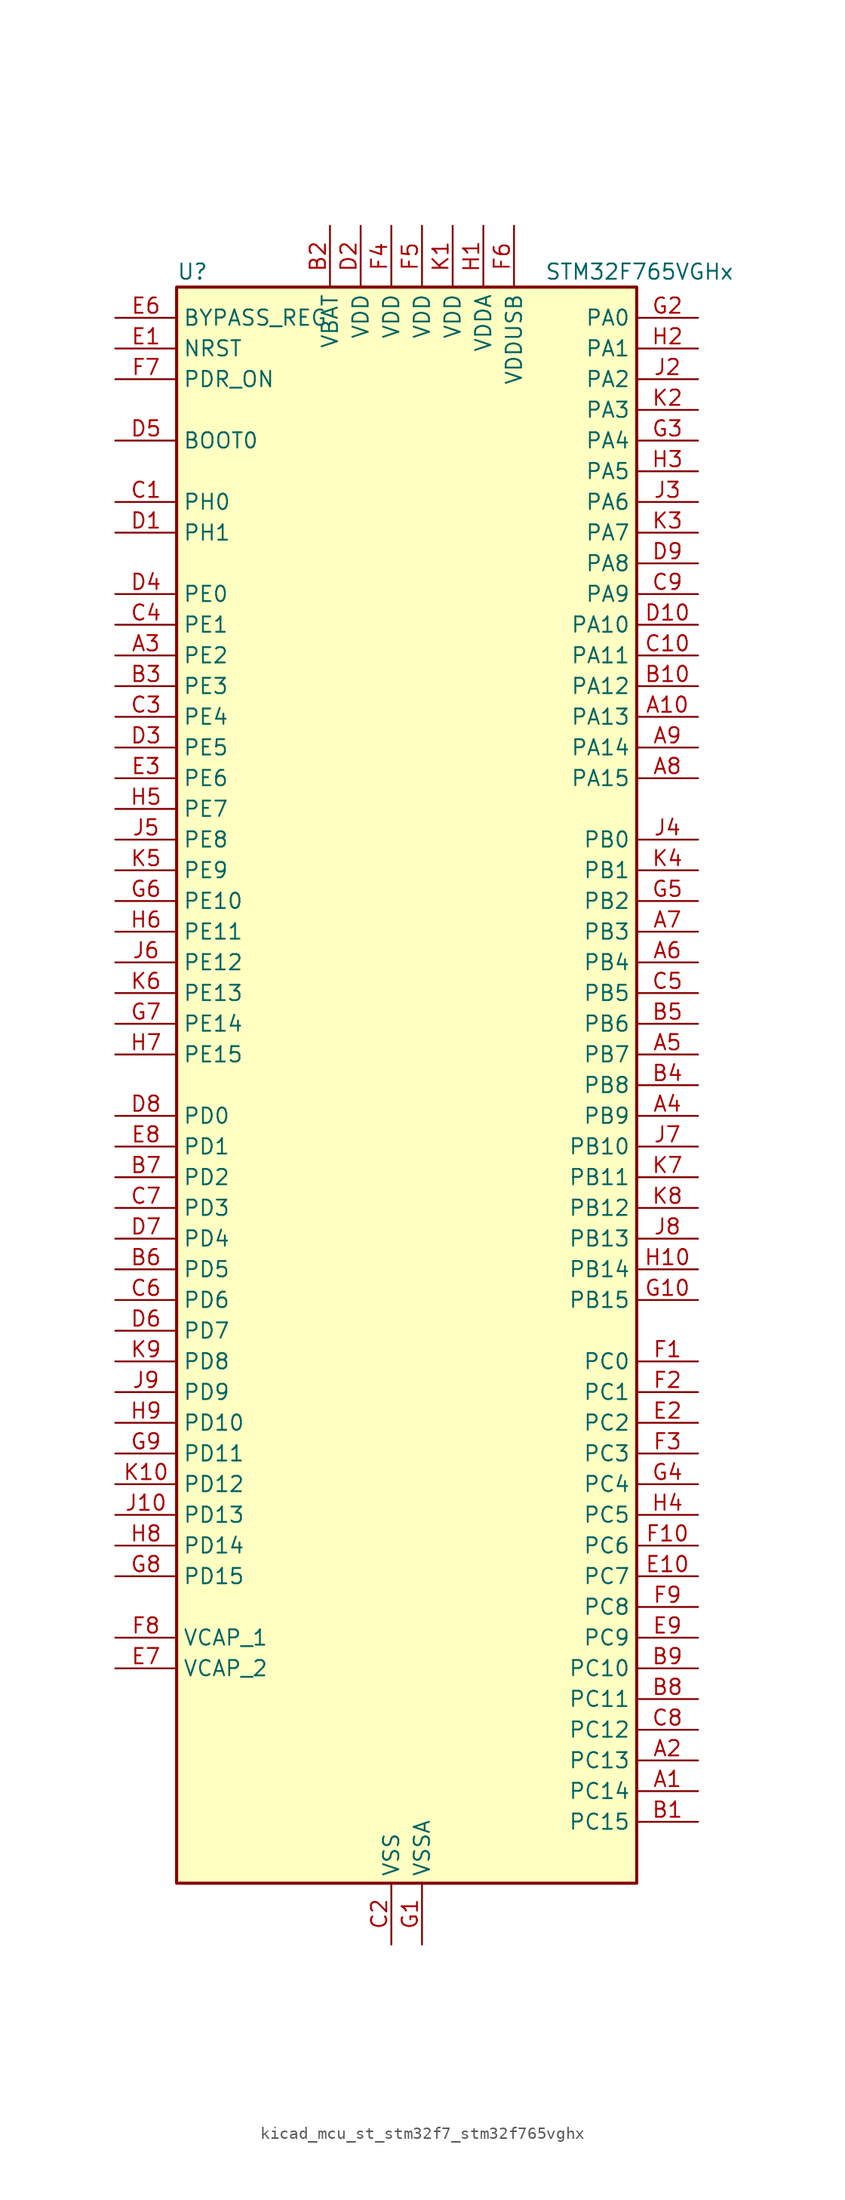
<source format=kicad_sym>
(kicad_symbol_lib
  (version 20220914)
  (generator kicad_symbol_editor)
  (symbol "kicad_mcu_st_stm32f7_stm32f765vghx"
    (property "Reference" "U"
      (at -17.78 67.31 0)
      (effects (font (size 1.27 1.27)) (justify left)))
    (property "Value" "STM32F765VGHx"
      (at 12.7 67.31 0)
      (effects (font (size 1.27 1.27)) (justify left)))
    (property "ki_locked" ""
      (at 0 0 0)
      (effects (font (size 1.27 1.27))))
    (symbol "kicad_mcu_st_stm32f7_stm32f765vghx_0_1"
      (rectangle (start -17.78 -66.04) (end 20.32 66.04) (stroke (width 0.254) (type default)) (fill (type background))))
    (symbol "kicad_mcu_st_stm32f7_stm32f765vghx_1_1"
      (pin bidirectional line (at 25.4 -58.42 180) (length 5.08) (name "PC14" (effects (font (size 1.27 1.27)))) (number "A1" (effects (font (size 1.27 1.27)))) (alternate "RCC_OSC32_IN" bidirectional line))
      (pin bidirectional line (at 25.4 30.48 180) (length 5.08) (name "PA13" (effects (font (size 1.27 1.27)))) (number "A10" (effects (font (size 1.27 1.27)))) (alternate "SYS_JTMS-SWDIO" bidirectional line))
      (pin bidirectional line (at 25.4 -55.88 180) (length 5.08) (name "PC13" (effects (font (size 1.27 1.27)))) (number "A2" (effects (font (size 1.27 1.27)))) (alternate "RTC_OUT" bidirectional line) (alternate "RTC_TAMP1" bidirectional line) (alternate "RTC_TS" bidirectional line) (alternate "SYS_WKUP4" bidirectional line))
      (pin bidirectional line (at -22.86 35.56 0) (length 5.08) (name "PE2" (effects (font (size 1.27 1.27)))) (number "A3" (effects (font (size 1.27 1.27)))) (alternate "ETH_TXD3" bidirectional line) (alternate "FMC_A23" bidirectional line) (alternate "QUADSPI_BK1_IO2" bidirectional line) (alternate "SAI1_MCLK_A" bidirectional line) (alternate "SPI4_SCK" bidirectional line) (alternate "SYS_TRACECLK" bidirectional line))
      (pin bidirectional line (at 25.4 -2.54 180) (length 5.08) (name "PB9" (effects (font (size 1.27 1.27)))) (number "A4" (effects (font (size 1.27 1.27)))) (alternate "CAN1_TX" bidirectional line) (alternate "DAC_EXTI9" bidirectional line) (alternate "DCMI_D7" bidirectional line) (alternate "DFSDM1_DATIN7" bidirectional line) (alternate "I2C1_SDA" bidirectional line) (alternate "I2C4_SDA" bidirectional line) (alternate "I2C4_SMBA" bidirectional line) (alternate "I2S2_WS" bidirectional line) (alternate "SDMMC1_D5" bidirectional line) (alternate "SDMMC2_D5" bidirectional line) (alternate "SPI2_NSS" bidirectional line) (alternate "TIM11_CH1" bidirectional line) (alternate "TIM4_CH4" bidirectional line) (alternate "UART5_TX" bidirectional line))
      (pin bidirectional line (at 25.4 2.54 180) (length 5.08) (name "PB7" (effects (font (size 1.27 1.27)))) (number "A5" (effects (font (size 1.27 1.27)))) (alternate "DCMI_VSYNC" bidirectional line) (alternate "DFSDM1_CKIN5" bidirectional line) (alternate "FMC_NL" bidirectional line) (alternate "I2C1_SDA" bidirectional line) (alternate "I2C4_SDA" bidirectional line) (alternate "TIM4_CH2" bidirectional line) (alternate "USART1_RX" bidirectional line))
      (pin bidirectional line (at 25.4 10.16 180) (length 5.08) (name "PB4" (effects (font (size 1.27 1.27)))) (number "A6" (effects (font (size 1.27 1.27)))) (alternate "CAN3_TX" bidirectional line) (alternate "I2S2_WS" bidirectional line) (alternate "SDMMC2_D3" bidirectional line) (alternate "SPI1_MISO" bidirectional line) (alternate "SPI2_NSS" bidirectional line) (alternate "SPI3_MISO" bidirectional line) (alternate "SPI6_MISO" bidirectional line) (alternate "SYS_JTRST" bidirectional line) (alternate "TIM3_CH1" bidirectional line) (alternate "UART7_TX" bidirectional line))
      (pin bidirectional line (at 25.4 12.7 180) (length 5.08) (name "PB3" (effects (font (size 1.27 1.27)))) (number "A7" (effects (font (size 1.27 1.27)))) (alternate "CAN3_RX" bidirectional line) (alternate "I2S1_CK" bidirectional line) (alternate "I2S3_CK" bidirectional line) (alternate "SDMMC2_D2" bidirectional line) (alternate "SPI1_SCK" bidirectional line) (alternate "SPI3_SCK" bidirectional line) (alternate "SPI6_SCK" bidirectional line) (alternate "SYS_JTDO-SWO" bidirectional line) (alternate "TIM2_CH2" bidirectional line) (alternate "UART7_RX" bidirectional line))
      (pin bidirectional line (at 25.4 25.4 180) (length 5.08) (name "PA15" (effects (font (size 1.27 1.27)))) (number "A8" (effects (font (size 1.27 1.27)))) (alternate "CAN3_TX" bidirectional line) (alternate "CEC" bidirectional line) (alternate "I2S1_WS" bidirectional line) (alternate "I2S3_WS" bidirectional line) (alternate "SPI1_NSS" bidirectional line) (alternate "SPI3_NSS" bidirectional line) (alternate "SPI6_NSS" bidirectional line) (alternate "SYS_JTDI" bidirectional line) (alternate "TIM2_CH1" bidirectional line) (alternate "TIM2_ETR" bidirectional line) (alternate "UART4_DE" bidirectional line) (alternate "UART4_RTS" bidirectional line) (alternate "UART7_TX" bidirectional line))
      (pin bidirectional line (at 25.4 27.94 180) (length 5.08) (name "PA14" (effects (font (size 1.27 1.27)))) (number "A9" (effects (font (size 1.27 1.27)))) (alternate "SYS_JTCK-SWCLK" bidirectional line))
      (pin bidirectional line (at 25.4 -60.96 180) (length 5.08) (name "PC15" (effects (font (size 1.27 1.27)))) (number "B1" (effects (font (size 1.27 1.27)))) (alternate "RCC_OSC32_OUT" bidirectional line))
      (pin bidirectional line (at 25.4 33.02 180) (length 5.08) (name "PA12" (effects (font (size 1.27 1.27)))) (number "B10" (effects (font (size 1.27 1.27)))) (alternate "CAN1_TX" bidirectional line) (alternate "I2S2_CK" bidirectional line) (alternate "SAI2_FS_B" bidirectional line) (alternate "SPI2_SCK" bidirectional line) (alternate "TIM1_ETR" bidirectional line) (alternate "UART4_TX" bidirectional line) (alternate "USART1_DE" bidirectional line) (alternate "USART1_RTS" bidirectional line) (alternate "USB_OTG_FS_DP" bidirectional line))
      (pin power_in line (at -5.08 71.12 270) (length 5.08) (name "VBAT" (effects (font (size 1.27 1.27)))) (number "B2" (effects (font (size 1.27 1.27)))))
      (pin bidirectional line (at -22.86 33.02 0) (length 5.08) (name "PE3" (effects (font (size 1.27 1.27)))) (number "B3" (effects (font (size 1.27 1.27)))) (alternate "FMC_A19" bidirectional line) (alternate "SAI1_SD_B" bidirectional line) (alternate "SYS_TRACED0" bidirectional line))
      (pin bidirectional line (at 25.4 0 180) (length 5.08) (name "PB8" (effects (font (size 1.27 1.27)))) (number "B4" (effects (font (size 1.27 1.27)))) (alternate "CAN1_RX" bidirectional line) (alternate "DCMI_D6" bidirectional line) (alternate "DFSDM1_CKIN7" bidirectional line) (alternate "ETH_TXD3" bidirectional line) (alternate "I2C1_SCL" bidirectional line) (alternate "I2C4_SCL" bidirectional line) (alternate "SDMMC1_D4" bidirectional line) (alternate "SDMMC2_D4" bidirectional line) (alternate "TIM10_CH1" bidirectional line) (alternate "TIM4_CH3" bidirectional line) (alternate "UART5_RX" bidirectional line))
      (pin bidirectional line (at 25.4 5.08 180) (length 5.08) (name "PB6" (effects (font (size 1.27 1.27)))) (number "B5" (effects (font (size 1.27 1.27)))) (alternate "CAN2_TX" bidirectional line) (alternate "CEC" bidirectional line) (alternate "DCMI_D5" bidirectional line) (alternate "DFSDM1_DATIN5" bidirectional line) (alternate "FMC_SDNE1" bidirectional line) (alternate "I2C1_SCL" bidirectional line) (alternate "I2C4_SCL" bidirectional line) (alternate "QUADSPI_BK1_NCS" bidirectional line) (alternate "TIM4_CH1" bidirectional line) (alternate "UART5_TX" bidirectional line) (alternate "USART1_TX" bidirectional line))
      (pin bidirectional line (at -22.86 -15.24 0) (length 5.08) (name "PD5" (effects (font (size 1.27 1.27)))) (number "B6" (effects (font (size 1.27 1.27)))) (alternate "FMC_NWE" bidirectional line) (alternate "USART2_TX" bidirectional line))
      (pin bidirectional line (at -22.86 -7.62 0) (length 5.08) (name "PD2" (effects (font (size 1.27 1.27)))) (number "B7" (effects (font (size 1.27 1.27)))) (alternate "DCMI_D11" bidirectional line) (alternate "SDMMC1_CMD" bidirectional line) (alternate "SYS_TRACED2" bidirectional line) (alternate "TIM3_ETR" bidirectional line) (alternate "UART5_RX" bidirectional line))
      (pin bidirectional line (at 25.4 -50.8 180) (length 5.08) (name "PC11" (effects (font (size 1.27 1.27)))) (number "B8" (effects (font (size 1.27 1.27)))) (alternate "ADC1_EXTI11" bidirectional line) (alternate "ADC2_EXTI11" bidirectional line) (alternate "ADC3_EXTI11" bidirectional line) (alternate "DCMI_D4" bidirectional line) (alternate "DFSDM1_DATIN5" bidirectional line) (alternate "QUADSPI_BK2_NCS" bidirectional line) (alternate "SDMMC1_D3" bidirectional line) (alternate "SPI3_MISO" bidirectional line) (alternate "UART4_RX" bidirectional line) (alternate "USART3_RX" bidirectional line))
      (pin bidirectional line (at 25.4 -48.26 180) (length 5.08) (name "PC10" (effects (font (size 1.27 1.27)))) (number "B9" (effects (font (size 1.27 1.27)))) (alternate "DCMI_D8" bidirectional line) (alternate "DFSDM1_CKIN5" bidirectional line) (alternate "I2S3_CK" bidirectional line) (alternate "QUADSPI_BK1_IO1" bidirectional line) (alternate "SDMMC1_D2" bidirectional line) (alternate "SPI3_SCK" bidirectional line) (alternate "UART4_TX" bidirectional line) (alternate "USART3_TX" bidirectional line))
      (pin bidirectional line (at -22.86 48.26 0) (length 5.08) (name "PH0" (effects (font (size 1.27 1.27)))) (number "C1" (effects (font (size 1.27 1.27)))) (alternate "RCC_OSC_IN" bidirectional line))
      (pin bidirectional line (at 25.4 35.56 180) (length 5.08) (name "PA11" (effects (font (size 1.27 1.27)))) (number "C10" (effects (font (size 1.27 1.27)))) (alternate "ADC1_EXTI11" bidirectional line) (alternate "ADC2_EXTI11" bidirectional line) (alternate "ADC3_EXTI11" bidirectional line) (alternate "CAN1_RX" bidirectional line) (alternate "I2S2_WS" bidirectional line) (alternate "SPI2_NSS" bidirectional line) (alternate "TIM1_CH4" bidirectional line) (alternate "UART4_RX" bidirectional line) (alternate "USART1_CTS" bidirectional line) (alternate "USB_OTG_FS_DM" bidirectional line))
      (pin power_in line (at 0 -71.12 90) (length 5.08) (name "VSS" (effects (font (size 1.27 1.27)))) (number "C2" (effects (font (size 1.27 1.27)))))
      (pin bidirectional line (at -22.86 30.48 0) (length 5.08) (name "PE4" (effects (font (size 1.27 1.27)))) (number "C3" (effects (font (size 1.27 1.27)))) (alternate "DCMI_D4" bidirectional line) (alternate "DFSDM1_DATIN3" bidirectional line) (alternate "FMC_A20" bidirectional line) (alternate "SAI1_FS_A" bidirectional line) (alternate "SPI4_NSS" bidirectional line) (alternate "SYS_TRACED1" bidirectional line))
      (pin bidirectional line (at -22.86 38.1 0) (length 5.08) (name "PE1" (effects (font (size 1.27 1.27)))) (number "C4" (effects (font (size 1.27 1.27)))) (alternate "DCMI_D3" bidirectional line) (alternate "FMC_NBL1" bidirectional line) (alternate "LPTIM1_IN2" bidirectional line) (alternate "UART8_TX" bidirectional line))
      (pin bidirectional line (at 25.4 7.62 180) (length 5.08) (name "PB5" (effects (font (size 1.27 1.27)))) (number "C5" (effects (font (size 1.27 1.27)))) (alternate "CAN2_RX" bidirectional line) (alternate "DCMI_D10" bidirectional line) (alternate "ETH_PPS_OUT" bidirectional line) (alternate "FMC_SDCKE1" bidirectional line) (alternate "I2C1_SMBA" bidirectional line) (alternate "I2S1_SD" bidirectional line) (alternate "I2S3_SD" bidirectional line) (alternate "SPI1_MOSI" bidirectional line) (alternate "SPI3_MOSI" bidirectional line) (alternate "SPI6_MOSI" bidirectional line) (alternate "TIM3_CH2" bidirectional line) (alternate "UART5_RX" bidirectional line) (alternate "USB_OTG_HS_ULPI_D7" bidirectional line))
      (pin bidirectional line (at -22.86 -17.78 0) (length 5.08) (name "PD6" (effects (font (size 1.27 1.27)))) (number "C6" (effects (font (size 1.27 1.27)))) (alternate "DCMI_D10" bidirectional line) (alternate "DFSDM1_CKIN4" bidirectional line) (alternate "DFSDM1_DATIN1" bidirectional line) (alternate "FMC_NWAIT" bidirectional line) (alternate "I2S3_SD" bidirectional line) (alternate "SAI1_SD_A" bidirectional line) (alternate "SDMMC2_CK" bidirectional line) (alternate "SPI3_MOSI" bidirectional line) (alternate "USART2_RX" bidirectional line))
      (pin bidirectional line (at -22.86 -10.16 0) (length 5.08) (name "PD3" (effects (font (size 1.27 1.27)))) (number "C7" (effects (font (size 1.27 1.27)))) (alternate "DCMI_D5" bidirectional line) (alternate "DFSDM1_CKOUT" bidirectional line) (alternate "DFSDM1_DATIN0" bidirectional line) (alternate "FMC_CLK" bidirectional line) (alternate "I2S2_CK" bidirectional line) (alternate "SPI2_SCK" bidirectional line) (alternate "USART2_CTS" bidirectional line))
      (pin bidirectional line (at 25.4 -53.34 180) (length 5.08) (name "PC12" (effects (font (size 1.27 1.27)))) (number "C8" (effects (font (size 1.27 1.27)))) (alternate "DCMI_D9" bidirectional line) (alternate "I2S3_SD" bidirectional line) (alternate "SDMMC1_CK" bidirectional line) (alternate "SPI3_MOSI" bidirectional line) (alternate "SYS_TRACED3" bidirectional line) (alternate "UART5_TX" bidirectional line) (alternate "USART3_CK" bidirectional line))
      (pin bidirectional line (at 25.4 40.64 180) (length 5.08) (name "PA9" (effects (font (size 1.27 1.27)))) (number "C9" (effects (font (size 1.27 1.27)))) (alternate "DAC_EXTI9" bidirectional line) (alternate "DCMI_D0" bidirectional line) (alternate "I2C3_SMBA" bidirectional line) (alternate "I2S2_CK" bidirectional line) (alternate "SPI2_SCK" bidirectional line) (alternate "TIM1_CH2" bidirectional line) (alternate "USART1_TX" bidirectional line) (alternate "USB_OTG_FS_VBUS" bidirectional line))
      (pin bidirectional line (at -22.86 45.72 0) (length 5.08) (name "PH1" (effects (font (size 1.27 1.27)))) (number "D1" (effects (font (size 1.27 1.27)))) (alternate "RCC_OSC_OUT" bidirectional line))
      (pin bidirectional line (at 25.4 38.1 180) (length 5.08) (name "PA10" (effects (font (size 1.27 1.27)))) (number "D10" (effects (font (size 1.27 1.27)))) (alternate "DCMI_D1" bidirectional line) (alternate "MDIOS_MDIO" bidirectional line) (alternate "TIM1_CH3" bidirectional line) (alternate "USART1_RX" bidirectional line) (alternate "USB_OTG_FS_ID" bidirectional line))
      (pin power_in line (at -2.54 71.12 270) (length 5.08) (name "VDD" (effects (font (size 1.27 1.27)))) (number "D2" (effects (font (size 1.27 1.27)))))
      (pin bidirectional line (at -22.86 27.94 0) (length 5.08) (name "PE5" (effects (font (size 1.27 1.27)))) (number "D3" (effects (font (size 1.27 1.27)))) (alternate "DCMI_D6" bidirectional line) (alternate "DFSDM1_CKIN3" bidirectional line) (alternate "FMC_A21" bidirectional line) (alternate "SAI1_SCK_A" bidirectional line) (alternate "SPI4_MISO" bidirectional line) (alternate "SYS_TRACED2" bidirectional line) (alternate "TIM9_CH1" bidirectional line))
      (pin bidirectional line (at -22.86 40.64 0) (length 5.08) (name "PE0" (effects (font (size 1.27 1.27)))) (number "D4" (effects (font (size 1.27 1.27)))) (alternate "DCMI_D2" bidirectional line) (alternate "FMC_NBL0" bidirectional line) (alternate "LPTIM1_ETR" bidirectional line) (alternate "SAI2_MCLK_A" bidirectional line) (alternate "TIM4_ETR" bidirectional line) (alternate "UART8_RX" bidirectional line))
      (pin input line (at -22.86 53.34 0) (length 5.08) (name "BOOT0" (effects (font (size 1.27 1.27)))) (number "D5" (effects (font (size 1.27 1.27)))))
      (pin bidirectional line (at -22.86 -20.32 0) (length 5.08) (name "PD7" (effects (font (size 1.27 1.27)))) (number "D6" (effects (font (size 1.27 1.27)))) (alternate "DFSDM1_CKIN1" bidirectional line) (alternate "DFSDM1_DATIN4" bidirectional line) (alternate "FMC_NE1" bidirectional line) (alternate "I2S1_SD" bidirectional line) (alternate "SDMMC2_CMD" bidirectional line) (alternate "SPDIFRX_IN0" bidirectional line) (alternate "SPI1_MOSI" bidirectional line) (alternate "USART2_CK" bidirectional line))
      (pin bidirectional line (at -22.86 -12.7 0) (length 5.08) (name "PD4" (effects (font (size 1.27 1.27)))) (number "D7" (effects (font (size 1.27 1.27)))) (alternate "DFSDM1_CKIN0" bidirectional line) (alternate "FMC_NOE" bidirectional line) (alternate "USART2_DE" bidirectional line) (alternate "USART2_RTS" bidirectional line))
      (pin bidirectional line (at -22.86 -2.54 0) (length 5.08) (name "PD0" (effects (font (size 1.27 1.27)))) (number "D8" (effects (font (size 1.27 1.27)))) (alternate "CAN1_RX" bidirectional line) (alternate "DFSDM1_CKIN6" bidirectional line) (alternate "DFSDM1_DATIN7" bidirectional line) (alternate "FMC_D2" bidirectional line) (alternate "FMC_DA2" bidirectional line) (alternate "UART4_RX" bidirectional line))
      (pin bidirectional line (at 25.4 43.18 180) (length 5.08) (name "PA8" (effects (font (size 1.27 1.27)))) (number "D9" (effects (font (size 1.27 1.27)))) (alternate "CAN3_RX" bidirectional line) (alternate "I2C3_SCL" bidirectional line) (alternate "RCC_MCO_1" bidirectional line) (alternate "TIM1_CH1" bidirectional line) (alternate "TIM8_BKIN2" bidirectional line) (alternate "UART7_RX" bidirectional line) (alternate "USART1_CK" bidirectional line) (alternate "USB_OTG_FS_SOF" bidirectional line))
      (pin input line (at -22.86 60.96 0) (length 5.08) (name "NRST" (effects (font (size 1.27 1.27)))) (number "E1" (effects (font (size 1.27 1.27)))))
      (pin bidirectional line (at 25.4 -40.64 180) (length 5.08) (name "PC7" (effects (font (size 1.27 1.27)))) (number "E10" (effects (font (size 1.27 1.27)))) (alternate "DCMI_D1" bidirectional line) (alternate "DFSDM1_DATIN3" bidirectional line) (alternate "FMC_NE1" bidirectional line) (alternate "I2S3_MCK" bidirectional line) (alternate "SDMMC1_D7" bidirectional line) (alternate "SDMMC2_D7" bidirectional line) (alternate "TIM3_CH2" bidirectional line) (alternate "TIM8_CH2" bidirectional line) (alternate "USART6_RX" bidirectional line))
      (pin bidirectional line (at 25.4 -27.94 180) (length 5.08) (name "PC2" (effects (font (size 1.27 1.27)))) (number "E2" (effects (font (size 1.27 1.27)))) (alternate "ADC1_IN12" bidirectional line) (alternate "ADC2_IN12" bidirectional line) (alternate "ADC3_IN12" bidirectional line) (alternate "DFSDM1_CKIN1" bidirectional line) (alternate "DFSDM1_CKOUT" bidirectional line) (alternate "ETH_TXD2" bidirectional line) (alternate "FMC_SDNE0" bidirectional line) (alternate "SPI2_MISO" bidirectional line) (alternate "USB_OTG_HS_ULPI_DIR" bidirectional line))
      (pin bidirectional line (at -22.86 25.4 0) (length 5.08) (name "PE6" (effects (font (size 1.27 1.27)))) (number "E3" (effects (font (size 1.27 1.27)))) (alternate "DCMI_D7" bidirectional line) (alternate "FMC_A22" bidirectional line) (alternate "SAI1_SD_A" bidirectional line) (alternate "SAI2_MCLK_B" bidirectional line) (alternate "SPI4_MOSI" bidirectional line) (alternate "SYS_TRACED3" bidirectional line) (alternate "TIM1_BKIN2" bidirectional line) (alternate "TIM9_CH2" bidirectional line))
      (pin passive line (at 0 -71.12 90) (length 5.08) hide (name "VSS" (effects (font (size 1.27 1.27)))) (number "E4" (effects (font (size 1.27 1.27)))))
      (pin passive line (at 0 -71.12 90) (length 5.08) hide (name "VSS" (effects (font (size 1.27 1.27)))) (number "E5" (effects (font (size 1.27 1.27)))))
      (pin input line (at -22.86 63.5 0) (length 5.08) (name "BYPASS_REG" (effects (font (size 1.27 1.27)))) (number "E6" (effects (font (size 1.27 1.27)))))
      (pin power_out line (at -22.86 -48.26 0) (length 5.08) (name "VCAP_2" (effects (font (size 1.27 1.27)))) (number "E7" (effects (font (size 1.27 1.27)))))
      (pin bidirectional line (at -22.86 -5.08 0) (length 5.08) (name "PD1" (effects (font (size 1.27 1.27)))) (number "E8" (effects (font (size 1.27 1.27)))) (alternate "CAN1_TX" bidirectional line) (alternate "DFSDM1_CKIN7" bidirectional line) (alternate "DFSDM1_DATIN6" bidirectional line) (alternate "FMC_D3" bidirectional line) (alternate "FMC_DA3" bidirectional line) (alternate "UART4_TX" bidirectional line))
      (pin bidirectional line (at 25.4 -45.72 180) (length 5.08) (name "PC9" (effects (font (size 1.27 1.27)))) (number "E9" (effects (font (size 1.27 1.27)))) (alternate "DAC_EXTI9" bidirectional line) (alternate "DCMI_D3" bidirectional line) (alternate "I2C3_SDA" bidirectional line) (alternate "I2S_CKIN" bidirectional line) (alternate "QUADSPI_BK1_IO0" bidirectional line) (alternate "RCC_MCO_2" bidirectional line) (alternate "SDMMC1_D1" bidirectional line) (alternate "TIM3_CH4" bidirectional line) (alternate "TIM8_CH4" bidirectional line) (alternate "UART5_CTS" bidirectional line))
      (pin bidirectional line (at 25.4 -22.86 180) (length 5.08) (name "PC0" (effects (font (size 1.27 1.27)))) (number "F1" (effects (font (size 1.27 1.27)))) (alternate "ADC1_IN10" bidirectional line) (alternate "ADC2_IN10" bidirectional line) (alternate "ADC3_IN10" bidirectional line) (alternate "DFSDM1_CKIN0" bidirectional line) (alternate "DFSDM1_DATIN4" bidirectional line) (alternate "FMC_SDNWE" bidirectional line) (alternate "SAI2_FS_B" bidirectional line) (alternate "USB_OTG_HS_ULPI_STP" bidirectional line))
      (pin bidirectional line (at 25.4 -38.1 180) (length 5.08) (name "PC6" (effects (font (size 1.27 1.27)))) (number "F10" (effects (font (size 1.27 1.27)))) (alternate "DCMI_D0" bidirectional line) (alternate "DFSDM1_CKIN3" bidirectional line) (alternate "FMC_NWAIT" bidirectional line) (alternate "I2S2_MCK" bidirectional line) (alternate "SDMMC1_D6" bidirectional line) (alternate "SDMMC2_D6" bidirectional line) (alternate "TIM3_CH1" bidirectional line) (alternate "TIM8_CH1" bidirectional line) (alternate "USART6_TX" bidirectional line))
      (pin bidirectional line (at 25.4 -25.4 180) (length 5.08) (name "PC1" (effects (font (size 1.27 1.27)))) (number "F2" (effects (font (size 1.27 1.27)))) (alternate "ADC1_IN11" bidirectional line) (alternate "ADC2_IN11" bidirectional line) (alternate "ADC3_IN11" bidirectional line) (alternate "DFSDM1_CKIN4" bidirectional line) (alternate "DFSDM1_DATIN0" bidirectional line) (alternate "ETH_MDC" bidirectional line) (alternate "I2S2_SD" bidirectional line) (alternate "MDIOS_MDC" bidirectional line) (alternate "RTC_TAMP3" bidirectional line) (alternate "RTC_TS" bidirectional line) (alternate "SAI1_SD_A" bidirectional line) (alternate "SPI2_MOSI" bidirectional line) (alternate "SYS_TRACED0" bidirectional line) (alternate "SYS_WKUP3" bidirectional line))
      (pin bidirectional line (at 25.4 -30.48 180) (length 5.08) (name "PC3" (effects (font (size 1.27 1.27)))) (number "F3" (effects (font (size 1.27 1.27)))) (alternate "ADC1_IN13" bidirectional line) (alternate "ADC2_IN13" bidirectional line) (alternate "ADC3_IN13" bidirectional line) (alternate "DFSDM1_DATIN1" bidirectional line) (alternate "ETH_TX_CLK" bidirectional line) (alternate "FMC_SDCKE0" bidirectional line) (alternate "I2S2_SD" bidirectional line) (alternate "SPI2_MOSI" bidirectional line) (alternate "USB_OTG_HS_ULPI_NXT" bidirectional line))
      (pin power_in line (at 0 71.12 270) (length 5.08) (name "VDD" (effects (font (size 1.27 1.27)))) (number "F4" (effects (font (size 1.27 1.27)))))
      (pin power_in line (at 2.54 71.12 270) (length 5.08) (name "VDD" (effects (font (size 1.27 1.27)))) (number "F5" (effects (font (size 1.27 1.27)))))
      (pin power_in line (at 10.16 71.12 270) (length 5.08) (name "VDDUSB" (effects (font (size 1.27 1.27)))) (number "F6" (effects (font (size 1.27 1.27)))))
      (pin input line (at -22.86 58.42 0) (length 5.08) (name "PDR_ON" (effects (font (size 1.27 1.27)))) (number "F7" (effects (font (size 1.27 1.27)))))
      (pin power_out line (at -22.86 -45.72 0) (length 5.08) (name "VCAP_1" (effects (font (size 1.27 1.27)))) (number "F8" (effects (font (size 1.27 1.27)))))
      (pin bidirectional line (at 25.4 -43.18 180) (length 5.08) (name "PC8" (effects (font (size 1.27 1.27)))) (number "F9" (effects (font (size 1.27 1.27)))) (alternate "DCMI_D2" bidirectional line) (alternate "FMC_NCE" bidirectional line) (alternate "FMC_NE2" bidirectional line) (alternate "SDMMC1_D0" bidirectional line) (alternate "SYS_TRACED1" bidirectional line) (alternate "TIM3_CH3" bidirectional line) (alternate "TIM8_CH3" bidirectional line) (alternate "UART5_DE" bidirectional line) (alternate "UART5_RTS" bidirectional line) (alternate "USART6_CK" bidirectional line))
      (pin power_in line (at 2.54 -71.12 90) (length 5.08) (name "VSSA" (effects (font (size 1.27 1.27)))) (number "G1" (effects (font (size 1.27 1.27)))))
      (pin bidirectional line (at 25.4 -17.78 180) (length 5.08) (name "PB15" (effects (font (size 1.27 1.27)))) (number "G10" (effects (font (size 1.27 1.27)))) (alternate "DFSDM1_CKIN2" bidirectional line) (alternate "I2S2_SD" bidirectional line) (alternate "RTC_REFIN" bidirectional line) (alternate "SDMMC2_D1" bidirectional line) (alternate "SPI2_MOSI" bidirectional line) (alternate "TIM12_CH2" bidirectional line) (alternate "TIM1_CH3N" bidirectional line) (alternate "TIM8_CH3N" bidirectional line) (alternate "UART4_CTS" bidirectional line) (alternate "USART1_RX" bidirectional line) (alternate "USB_OTG_HS_DP" bidirectional line))
      (pin bidirectional line (at 25.4 63.5 180) (length 5.08) (name "PA0" (effects (font (size 1.27 1.27)))) (number "G2" (effects (font (size 1.27 1.27)))) (alternate "ADC1_IN0" bidirectional line) (alternate "ADC2_IN0" bidirectional line) (alternate "ADC3_IN0" bidirectional line) (alternate "ETH_CRS" bidirectional line) (alternate "SAI2_SD_B" bidirectional line) (alternate "SYS_WKUP1" bidirectional line) (alternate "TIM2_CH1" bidirectional line) (alternate "TIM2_ETR" bidirectional line) (alternate "TIM5_CH1" bidirectional line) (alternate "TIM8_ETR" bidirectional line) (alternate "UART4_TX" bidirectional line) (alternate "USART2_CTS" bidirectional line))
      (pin bidirectional line (at 25.4 53.34 180) (length 5.08) (name "PA4" (effects (font (size 1.27 1.27)))) (number "G3" (effects (font (size 1.27 1.27)))) (alternate "ADC1_IN4" bidirectional line) (alternate "ADC2_IN4" bidirectional line) (alternate "DAC_OUT1" bidirectional line) (alternate "DCMI_HSYNC" bidirectional line) (alternate "I2S1_WS" bidirectional line) (alternate "I2S3_WS" bidirectional line) (alternate "SPI1_NSS" bidirectional line) (alternate "SPI3_NSS" bidirectional line) (alternate "SPI6_NSS" bidirectional line) (alternate "USART2_CK" bidirectional line) (alternate "USB_OTG_HS_SOF" bidirectional line))
      (pin bidirectional line (at 25.4 -33.02 180) (length 5.08) (name "PC4" (effects (font (size 1.27 1.27)))) (number "G4" (effects (font (size 1.27 1.27)))) (alternate "ADC1_IN14" bidirectional line) (alternate "ADC2_IN14" bidirectional line) (alternate "DFSDM1_CKIN2" bidirectional line) (alternate "ETH_RXD0" bidirectional line) (alternate "FMC_SDNE0" bidirectional line) (alternate "I2S1_MCK" bidirectional line) (alternate "SPDIFRX_IN2" bidirectional line))
      (pin bidirectional line (at 25.4 15.24 180) (length 5.08) (name "PB2" (effects (font (size 1.27 1.27)))) (number "G5" (effects (font (size 1.27 1.27)))) (alternate "DFSDM1_CKIN1" bidirectional line) (alternate "I2S3_SD" bidirectional line) (alternate "QUADSPI_CLK" bidirectional line) (alternate "SAI1_SD_A" bidirectional line) (alternate "SPI3_MOSI" bidirectional line))
      (pin bidirectional line (at -22.86 15.24 0) (length 5.08) (name "PE10" (effects (font (size 1.27 1.27)))) (number "G6" (effects (font (size 1.27 1.27)))) (alternate "DFSDM1_DATIN4" bidirectional line) (alternate "FMC_D7" bidirectional line) (alternate "FMC_DA7" bidirectional line) (alternate "QUADSPI_BK2_IO3" bidirectional line) (alternate "TIM1_CH2N" bidirectional line) (alternate "UART7_CTS" bidirectional line))
      (pin bidirectional line (at -22.86 5.08 0) (length 5.08) (name "PE14" (effects (font (size 1.27 1.27)))) (number "G7" (effects (font (size 1.27 1.27)))) (alternate "FMC_D11" bidirectional line) (alternate "FMC_DA11" bidirectional line) (alternate "SAI2_MCLK_B" bidirectional line) (alternate "SPI4_MOSI" bidirectional line) (alternate "TIM1_CH4" bidirectional line))
      (pin bidirectional line (at -22.86 -40.64 0) (length 5.08) (name "PD15" (effects (font (size 1.27 1.27)))) (number "G8" (effects (font (size 1.27 1.27)))) (alternate "FMC_D1" bidirectional line) (alternate "FMC_DA1" bidirectional line) (alternate "TIM4_CH4" bidirectional line) (alternate "UART8_DE" bidirectional line) (alternate "UART8_RTS" bidirectional line))
      (pin bidirectional line (at -22.86 -30.48 0) (length 5.08) (name "PD11" (effects (font (size 1.27 1.27)))) (number "G9" (effects (font (size 1.27 1.27)))) (alternate "ADC1_EXTI11" bidirectional line) (alternate "ADC2_EXTI11" bidirectional line) (alternate "ADC3_EXTI11" bidirectional line) (alternate "FMC_A16" bidirectional line) (alternate "FMC_CLE" bidirectional line) (alternate "I2C4_SMBA" bidirectional line) (alternate "QUADSPI_BK1_IO0" bidirectional line) (alternate "SAI2_SD_A" bidirectional line) (alternate "USART3_CTS" bidirectional line))
      (pin power_in line (at 7.62 71.12 270) (length 5.08) (name "VDDA" (effects (font (size 1.27 1.27)))) (number "H1" (effects (font (size 1.27 1.27)))))
      (pin bidirectional line (at 25.4 -15.24 180) (length 5.08) (name "PB14" (effects (font (size 1.27 1.27)))) (number "H10" (effects (font (size 1.27 1.27)))) (alternate "DFSDM1_DATIN2" bidirectional line) (alternate "SDMMC2_D0" bidirectional line) (alternate "SPI2_MISO" bidirectional line) (alternate "TIM12_CH1" bidirectional line) (alternate "TIM1_CH2N" bidirectional line) (alternate "TIM8_CH2N" bidirectional line) (alternate "UART4_DE" bidirectional line) (alternate "UART4_RTS" bidirectional line) (alternate "USART1_TX" bidirectional line) (alternate "USART3_DE" bidirectional line) (alternate "USART3_RTS" bidirectional line) (alternate "USB_OTG_HS_DM" bidirectional line))
      (pin bidirectional line (at 25.4 60.96 180) (length 5.08) (name "PA1" (effects (font (size 1.27 1.27)))) (number "H2" (effects (font (size 1.27 1.27)))) (alternate "ADC1_IN1" bidirectional line) (alternate "ADC2_IN1" bidirectional line) (alternate "ADC3_IN1" bidirectional line) (alternate "ETH_REF_CLK" bidirectional line) (alternate "ETH_RX_CLK" bidirectional line) (alternate "QUADSPI_BK1_IO3" bidirectional line) (alternate "SAI2_MCLK_B" bidirectional line) (alternate "TIM2_CH2" bidirectional line) (alternate "TIM5_CH2" bidirectional line) (alternate "UART4_RX" bidirectional line) (alternate "USART2_DE" bidirectional line) (alternate "USART2_RTS" bidirectional line))
      (pin bidirectional line (at 25.4 50.8 180) (length 5.08) (name "PA5" (effects (font (size 1.27 1.27)))) (number "H3" (effects (font (size 1.27 1.27)))) (alternate "ADC1_IN5" bidirectional line) (alternate "ADC2_IN5" bidirectional line) (alternate "DAC_OUT2" bidirectional line) (alternate "I2S1_CK" bidirectional line) (alternate "SPI1_SCK" bidirectional line) (alternate "SPI6_SCK" bidirectional line) (alternate "TIM2_CH1" bidirectional line) (alternate "TIM2_ETR" bidirectional line) (alternate "TIM8_CH1N" bidirectional line) (alternate "USB_OTG_HS_ULPI_CK" bidirectional line))
      (pin bidirectional line (at 25.4 -35.56 180) (length 5.08) (name "PC5" (effects (font (size 1.27 1.27)))) (number "H4" (effects (font (size 1.27 1.27)))) (alternate "ADC1_IN15" bidirectional line) (alternate "ADC2_IN15" bidirectional line) (alternate "DFSDM1_DATIN2" bidirectional line) (alternate "ETH_RXD1" bidirectional line) (alternate "FMC_SDCKE0" bidirectional line) (alternate "SPDIFRX_IN3" bidirectional line))
      (pin bidirectional line (at -22.86 22.86 0) (length 5.08) (name "PE7" (effects (font (size 1.27 1.27)))) (number "H5" (effects (font (size 1.27 1.27)))) (alternate "DFSDM1_DATIN2" bidirectional line) (alternate "FMC_D4" bidirectional line) (alternate "FMC_DA4" bidirectional line) (alternate "QUADSPI_BK2_IO0" bidirectional line) (alternate "TIM1_ETR" bidirectional line) (alternate "UART7_RX" bidirectional line))
      (pin bidirectional line (at -22.86 12.7 0) (length 5.08) (name "PE11" (effects (font (size 1.27 1.27)))) (number "H6" (effects (font (size 1.27 1.27)))) (alternate "ADC1_EXTI11" bidirectional line) (alternate "ADC2_EXTI11" bidirectional line) (alternate "ADC3_EXTI11" bidirectional line) (alternate "DFSDM1_CKIN4" bidirectional line) (alternate "FMC_D8" bidirectional line) (alternate "FMC_DA8" bidirectional line) (alternate "SAI2_SD_B" bidirectional line) (alternate "SPI4_NSS" bidirectional line) (alternate "TIM1_CH2" bidirectional line))
      (pin bidirectional line (at -22.86 2.54 0) (length 5.08) (name "PE15" (effects (font (size 1.27 1.27)))) (number "H7" (effects (font (size 1.27 1.27)))) (alternate "FMC_D12" bidirectional line) (alternate "FMC_DA12" bidirectional line) (alternate "TIM1_BKIN" bidirectional line))
      (pin bidirectional line (at -22.86 -38.1 0) (length 5.08) (name "PD14" (effects (font (size 1.27 1.27)))) (number "H8" (effects (font (size 1.27 1.27)))) (alternate "FMC_D0" bidirectional line) (alternate "FMC_DA0" bidirectional line) (alternate "TIM4_CH3" bidirectional line) (alternate "UART8_CTS" bidirectional line))
      (pin bidirectional line (at -22.86 -27.94 0) (length 5.08) (name "PD10" (effects (font (size 1.27 1.27)))) (number "H9" (effects (font (size 1.27 1.27)))) (alternate "DFSDM1_CKOUT" bidirectional line) (alternate "FMC_D15" bidirectional line) (alternate "FMC_DA15" bidirectional line) (alternate "USART3_CK" bidirectional line))
      (pin passive line (at 0 -71.12 90) (length 5.08) hide (name "VSS" (effects (font (size 1.27 1.27)))) (number "J1" (effects (font (size 1.27 1.27)))))
      (pin bidirectional line (at -22.86 -35.56 0) (length 5.08) (name "PD13" (effects (font (size 1.27 1.27)))) (number "J10" (effects (font (size 1.27 1.27)))) (alternate "FMC_A18" bidirectional line) (alternate "I2C4_SDA" bidirectional line) (alternate "LPTIM1_OUT" bidirectional line) (alternate "QUADSPI_BK1_IO3" bidirectional line) (alternate "SAI2_SCK_A" bidirectional line) (alternate "TIM4_CH2" bidirectional line))
      (pin bidirectional line (at 25.4 58.42 180) (length 5.08) (name "PA2" (effects (font (size 1.27 1.27)))) (number "J2" (effects (font (size 1.27 1.27)))) (alternate "ADC1_IN2" bidirectional line) (alternate "ADC2_IN2" bidirectional line) (alternate "ADC3_IN2" bidirectional line) (alternate "ETH_MDIO" bidirectional line) (alternate "MDIOS_MDIO" bidirectional line) (alternate "SAI2_SCK_B" bidirectional line) (alternate "SYS_WKUP2" bidirectional line) (alternate "TIM2_CH3" bidirectional line) (alternate "TIM5_CH3" bidirectional line) (alternate "TIM9_CH1" bidirectional line) (alternate "USART2_TX" bidirectional line))
      (pin bidirectional line (at 25.4 48.26 180) (length 5.08) (name "PA6" (effects (font (size 1.27 1.27)))) (number "J3" (effects (font (size 1.27 1.27)))) (alternate "ADC1_IN6" bidirectional line) (alternate "ADC2_IN6" bidirectional line) (alternate "DCMI_PIXCLK" bidirectional line) (alternate "MDIOS_MDC" bidirectional line) (alternate "SPI1_MISO" bidirectional line) (alternate "SPI6_MISO" bidirectional line) (alternate "TIM13_CH1" bidirectional line) (alternate "TIM1_BKIN" bidirectional line) (alternate "TIM3_CH1" bidirectional line) (alternate "TIM8_BKIN" bidirectional line))
      (pin bidirectional line (at 25.4 20.32 180) (length 5.08) (name "PB0" (effects (font (size 1.27 1.27)))) (number "J4" (effects (font (size 1.27 1.27)))) (alternate "ADC1_IN8" bidirectional line) (alternate "ADC2_IN8" bidirectional line) (alternate "DFSDM1_CKOUT" bidirectional line) (alternate "ETH_RXD2" bidirectional line) (alternate "TIM1_CH2N" bidirectional line) (alternate "TIM3_CH3" bidirectional line) (alternate "TIM8_CH2N" bidirectional line) (alternate "UART4_CTS" bidirectional line) (alternate "USB_OTG_HS_ULPI_D1" bidirectional line))
      (pin bidirectional line (at -22.86 20.32 0) (length 5.08) (name "PE8" (effects (font (size 1.27 1.27)))) (number "J5" (effects (font (size 1.27 1.27)))) (alternate "DFSDM1_CKIN2" bidirectional line) (alternate "FMC_D5" bidirectional line) (alternate "FMC_DA5" bidirectional line) (alternate "QUADSPI_BK2_IO1" bidirectional line) (alternate "TIM1_CH1N" bidirectional line) (alternate "UART7_TX" bidirectional line))
      (pin bidirectional line (at -22.86 10.16 0) (length 5.08) (name "PE12" (effects (font (size 1.27 1.27)))) (number "J6" (effects (font (size 1.27 1.27)))) (alternate "DFSDM1_DATIN5" bidirectional line) (alternate "FMC_D9" bidirectional line) (alternate "FMC_DA9" bidirectional line) (alternate "SAI2_SCK_B" bidirectional line) (alternate "SPI4_SCK" bidirectional line) (alternate "TIM1_CH3N" bidirectional line))
      (pin bidirectional line (at 25.4 -5.08 180) (length 5.08) (name "PB10" (effects (font (size 1.27 1.27)))) (number "J7" (effects (font (size 1.27 1.27)))) (alternate "DFSDM1_DATIN7" bidirectional line) (alternate "ETH_RX_ER" bidirectional line) (alternate "I2C2_SCL" bidirectional line) (alternate "I2S2_CK" bidirectional line) (alternate "QUADSPI_BK1_NCS" bidirectional line) (alternate "SPI2_SCK" bidirectional line) (alternate "TIM2_CH3" bidirectional line) (alternate "USART3_TX" bidirectional line) (alternate "USB_OTG_HS_ULPI_D3" bidirectional line))
      (pin bidirectional line (at 25.4 -12.7 180) (length 5.08) (name "PB13" (effects (font (size 1.27 1.27)))) (number "J8" (effects (font (size 1.27 1.27)))) (alternate "CAN2_TX" bidirectional line) (alternate "DFSDM1_CKIN1" bidirectional line) (alternate "ETH_TXD1" bidirectional line) (alternate "I2S2_CK" bidirectional line) (alternate "SPI2_SCK" bidirectional line) (alternate "TIM1_CH1N" bidirectional line) (alternate "UART5_TX" bidirectional line) (alternate "USART3_CTS" bidirectional line) (alternate "USB_OTG_HS_ULPI_D6" bidirectional line) (alternate "USB_OTG_HS_VBUS" bidirectional line))
      (pin bidirectional line (at -22.86 -25.4 0) (length 5.08) (name "PD9" (effects (font (size 1.27 1.27)))) (number "J9" (effects (font (size 1.27 1.27)))) (alternate "DAC_EXTI9" bidirectional line) (alternate "DFSDM1_DATIN3" bidirectional line) (alternate "FMC_D14" bidirectional line) (alternate "FMC_DA14" bidirectional line) (alternate "USART3_RX" bidirectional line))
      (pin power_in line (at 5.08 71.12 270) (length 5.08) (name "VDD" (effects (font (size 1.27 1.27)))) (number "K1" (effects (font (size 1.27 1.27)))))
      (pin bidirectional line (at -22.86 -33.02 0) (length 5.08) (name "PD12" (effects (font (size 1.27 1.27)))) (number "K10" (effects (font (size 1.27 1.27)))) (alternate "FMC_A17" bidirectional line) (alternate "FMC_ALE" bidirectional line) (alternate "I2C4_SCL" bidirectional line) (alternate "LPTIM1_IN1" bidirectional line) (alternate "QUADSPI_BK1_IO1" bidirectional line) (alternate "SAI2_FS_A" bidirectional line) (alternate "TIM4_CH1" bidirectional line) (alternate "USART3_DE" bidirectional line) (alternate "USART3_RTS" bidirectional line))
      (pin bidirectional line (at 25.4 55.88 180) (length 5.08) (name "PA3" (effects (font (size 1.27 1.27)))) (number "K2" (effects (font (size 1.27 1.27)))) (alternate "ADC1_IN3" bidirectional line) (alternate "ADC2_IN3" bidirectional line) (alternate "ADC3_IN3" bidirectional line) (alternate "ETH_COL" bidirectional line) (alternate "TIM2_CH4" bidirectional line) (alternate "TIM5_CH4" bidirectional line) (alternate "TIM9_CH2" bidirectional line) (alternate "USART2_RX" bidirectional line) (alternate "USB_OTG_HS_ULPI_D0" bidirectional line))
      (pin bidirectional line (at 25.4 45.72 180) (length 5.08) (name "PA7" (effects (font (size 1.27 1.27)))) (number "K3" (effects (font (size 1.27 1.27)))) (alternate "ADC1_IN7" bidirectional line) (alternate "ADC2_IN7" bidirectional line) (alternate "ETH_CRS_DV" bidirectional line) (alternate "ETH_RX_DV" bidirectional line) (alternate "FMC_SDNWE" bidirectional line) (alternate "I2S1_SD" bidirectional line) (alternate "SPI1_MOSI" bidirectional line) (alternate "SPI6_MOSI" bidirectional line) (alternate "TIM14_CH1" bidirectional line) (alternate "TIM1_CH1N" bidirectional line) (alternate "TIM3_CH2" bidirectional line) (alternate "TIM8_CH1N" bidirectional line))
      (pin bidirectional line (at 25.4 17.78 180) (length 5.08) (name "PB1" (effects (font (size 1.27 1.27)))) (number "K4" (effects (font (size 1.27 1.27)))) (alternate "ADC1_IN9" bidirectional line) (alternate "ADC2_IN9" bidirectional line) (alternate "DFSDM1_DATIN1" bidirectional line) (alternate "ETH_RXD3" bidirectional line) (alternate "TIM1_CH3N" bidirectional line) (alternate "TIM3_CH4" bidirectional line) (alternate "TIM8_CH3N" bidirectional line) (alternate "USB_OTG_HS_ULPI_D2" bidirectional line))
      (pin bidirectional line (at -22.86 17.78 0) (length 5.08) (name "PE9" (effects (font (size 1.27 1.27)))) (number "K5" (effects (font (size 1.27 1.27)))) (alternate "DAC_EXTI9" bidirectional line) (alternate "DFSDM1_CKOUT" bidirectional line) (alternate "FMC_D6" bidirectional line) (alternate "FMC_DA6" bidirectional line) (alternate "QUADSPI_BK2_IO2" bidirectional line) (alternate "TIM1_CH1" bidirectional line) (alternate "UART7_DE" bidirectional line) (alternate "UART7_RTS" bidirectional line))
      (pin bidirectional line (at -22.86 7.62 0) (length 5.08) (name "PE13" (effects (font (size 1.27 1.27)))) (number "K6" (effects (font (size 1.27 1.27)))) (alternate "DFSDM1_CKIN5" bidirectional line) (alternate "FMC_D10" bidirectional line) (alternate "FMC_DA10" bidirectional line) (alternate "SAI2_FS_B" bidirectional line) (alternate "SPI4_MISO" bidirectional line) (alternate "TIM1_CH3" bidirectional line))
      (pin bidirectional line (at 25.4 -7.62 180) (length 5.08) (name "PB11" (effects (font (size 1.27 1.27)))) (number "K7" (effects (font (size 1.27 1.27)))) (alternate "ADC1_EXTI11" bidirectional line) (alternate "ADC2_EXTI11" bidirectional line) (alternate "ADC3_EXTI11" bidirectional line) (alternate "DFSDM1_CKIN7" bidirectional line) (alternate "ETH_TX_EN" bidirectional line) (alternate "I2C2_SDA" bidirectional line) (alternate "TIM2_CH4" bidirectional line) (alternate "USART3_RX" bidirectional line) (alternate "USB_OTG_HS_ULPI_D4" bidirectional line))
      (pin bidirectional line (at 25.4 -10.16 180) (length 5.08) (name "PB12" (effects (font (size 1.27 1.27)))) (number "K8" (effects (font (size 1.27 1.27)))) (alternate "CAN2_RX" bidirectional line) (alternate "DFSDM1_DATIN1" bidirectional line) (alternate "ETH_TXD0" bidirectional line) (alternate "I2C2_SMBA" bidirectional line) (alternate "I2S2_WS" bidirectional line) (alternate "SPI2_NSS" bidirectional line) (alternate "TIM1_BKIN" bidirectional line) (alternate "UART5_RX" bidirectional line) (alternate "USART3_CK" bidirectional line) (alternate "USB_OTG_HS_ID" bidirectional line) (alternate "USB_OTG_HS_ULPI_D5" bidirectional line))
      (pin bidirectional line (at -22.86 -22.86 0) (length 5.08) (name "PD8" (effects (font (size 1.27 1.27)))) (number "K9" (effects (font (size 1.27 1.27)))) (alternate "DFSDM1_CKIN3" bidirectional line) (alternate "FMC_D13" bidirectional line) (alternate "FMC_DA13" bidirectional line) (alternate "SPDIFRX_IN1" bidirectional line) (alternate "USART3_TX" bidirectional line)))))
</source>
